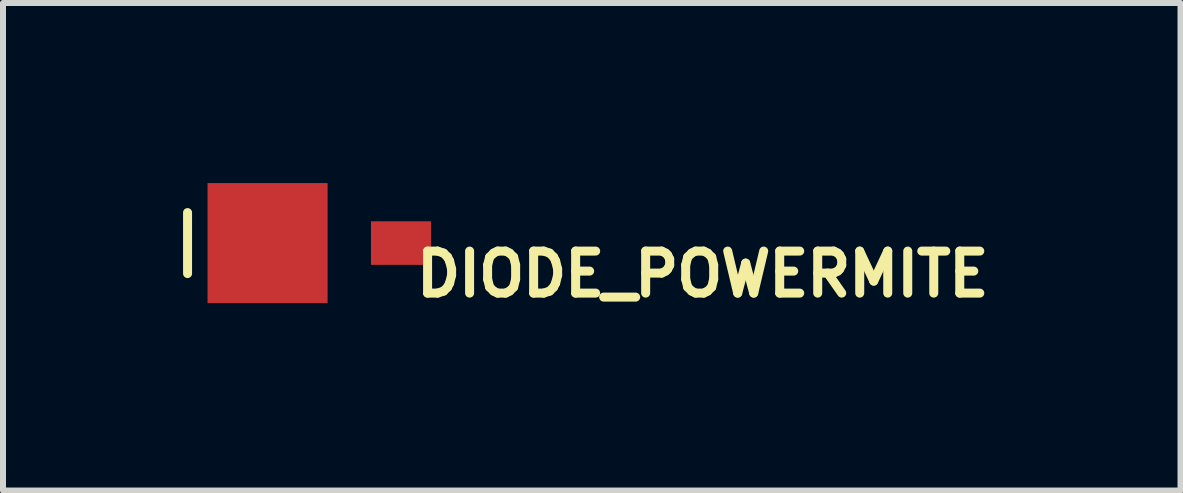
<source format=kicad_pcb>
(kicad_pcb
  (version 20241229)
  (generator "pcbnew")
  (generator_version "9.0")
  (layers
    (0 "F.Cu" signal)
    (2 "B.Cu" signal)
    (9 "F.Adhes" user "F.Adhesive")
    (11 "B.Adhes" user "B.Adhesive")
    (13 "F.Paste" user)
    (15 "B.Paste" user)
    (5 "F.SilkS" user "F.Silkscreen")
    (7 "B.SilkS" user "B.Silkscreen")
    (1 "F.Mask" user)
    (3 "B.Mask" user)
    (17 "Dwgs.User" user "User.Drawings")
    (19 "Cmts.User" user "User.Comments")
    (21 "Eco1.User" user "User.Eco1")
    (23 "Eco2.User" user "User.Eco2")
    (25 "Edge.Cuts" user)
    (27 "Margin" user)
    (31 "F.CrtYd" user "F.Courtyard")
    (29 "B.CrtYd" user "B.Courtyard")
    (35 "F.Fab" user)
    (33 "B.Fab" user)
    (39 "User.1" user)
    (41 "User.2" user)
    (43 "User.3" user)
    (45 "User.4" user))
  (footprint "DIODE_POWERMITE"
    (layer "F.Cu")
    (at 2.361 1)
    (property "Reference" "DIODE_POWERMITE" (at 1.448 0.927 180) (layer "F.SilkS") (effects (font (size 0.7 0.7) (thickness 0.15)) (justify left bottom)))
    (attr through_hole)
    (fp_line (start -2.286 -0.508) (end -2.286 0.508) (stroke (width 0.15) (type solid)) (layer "F.SilkS"))
    (pad "1" smd rect (at 1.27 0 90) (size 0.726 1) (layers "F.Cu" "F.Mask" "F.Paste"))
    (pad "2" smd rect (at -0.953 0) (size 2 2) (layers "F.Cu" "F.Mask" "F.Paste")))
  (gr_rect
    (start -3 -3)
    (end 16.619 5.123)
    (stroke (width 0.1) (type default))
    (fill no)
    (layer "Edge.Cuts")))
</source>
